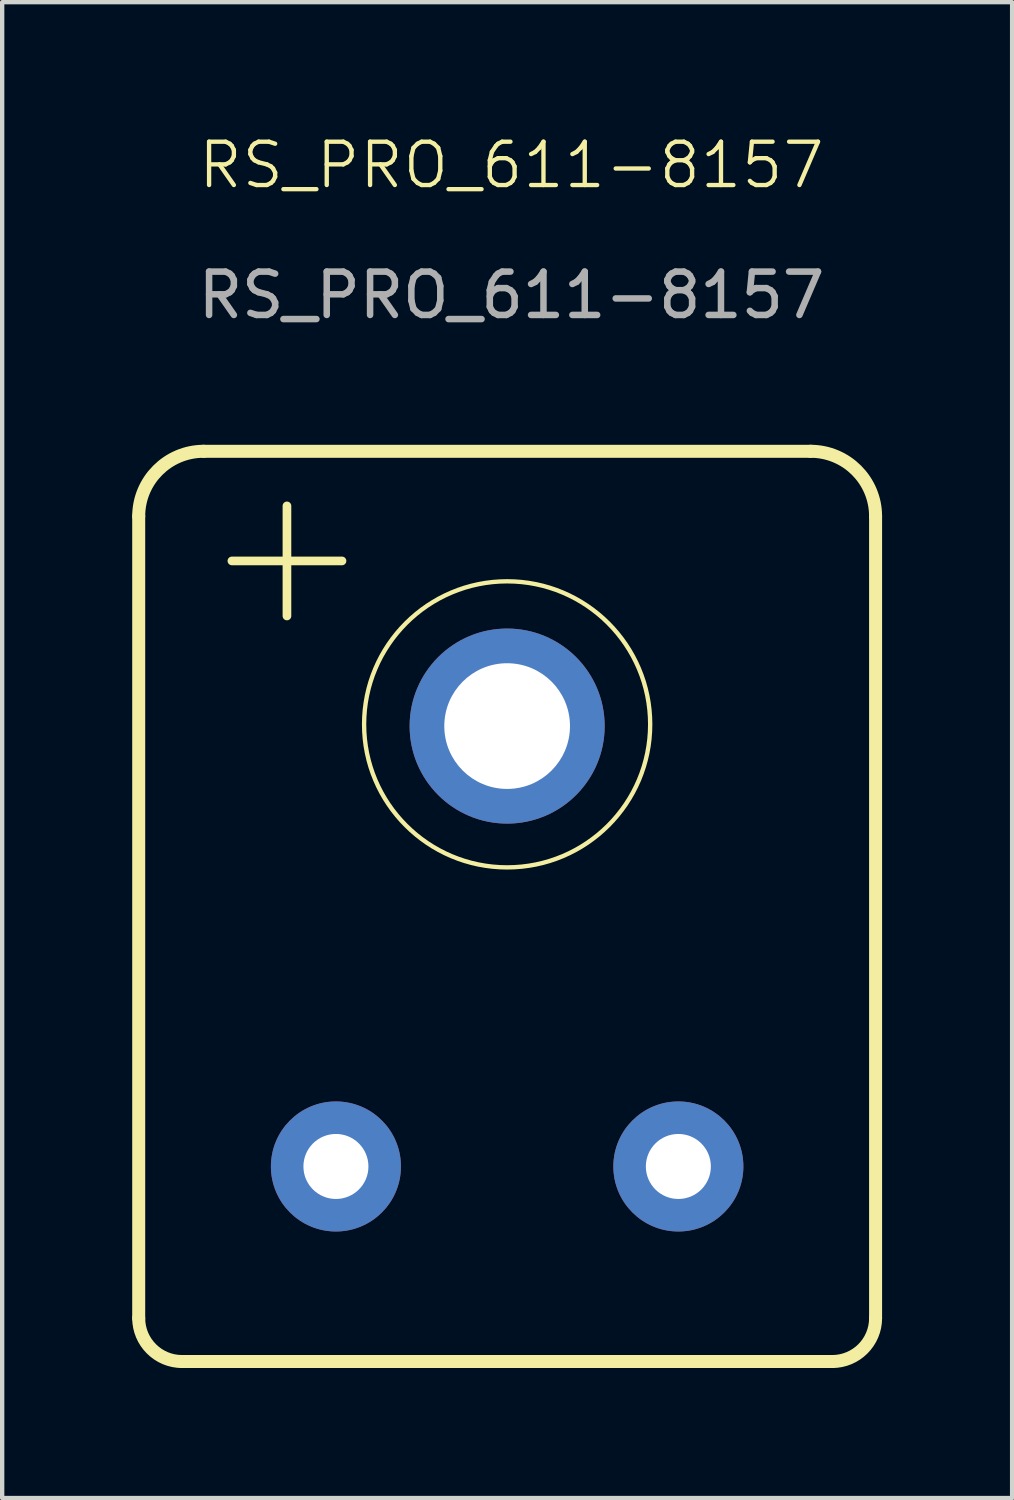
<source format=kicad_pcb>
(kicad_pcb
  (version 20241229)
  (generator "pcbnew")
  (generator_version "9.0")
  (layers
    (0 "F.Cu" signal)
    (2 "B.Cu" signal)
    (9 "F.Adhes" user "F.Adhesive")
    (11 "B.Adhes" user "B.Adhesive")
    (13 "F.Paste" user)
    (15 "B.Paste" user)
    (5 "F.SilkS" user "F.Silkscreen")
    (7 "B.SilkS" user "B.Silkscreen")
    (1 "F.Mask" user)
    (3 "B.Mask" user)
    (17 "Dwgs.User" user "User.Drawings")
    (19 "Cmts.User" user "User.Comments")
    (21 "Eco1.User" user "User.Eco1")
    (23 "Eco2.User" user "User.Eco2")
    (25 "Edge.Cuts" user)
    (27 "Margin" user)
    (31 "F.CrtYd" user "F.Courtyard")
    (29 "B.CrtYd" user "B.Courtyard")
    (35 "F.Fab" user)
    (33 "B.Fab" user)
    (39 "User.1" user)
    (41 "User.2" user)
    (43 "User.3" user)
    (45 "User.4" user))
  (footprint "RS_PRO_611-8157"
    (layer "F.Cu")
    (at 8.65 14.861)
    (property "Reference" "RS_PRO_611-8157" (at 0.1 -14.1 0) (unlocked yes) (layer "F.SilkS") (effects (font (size 1 1) (thickness 0.1))))
    (attr through_hole)
    (fp_line (start -8.5 -6) (end -8.5 12.5) (stroke (width 0.3) (type default)) (layer "F.SilkS"))
    (fp_line (start -7.5 13.5) (end 7.5 13.5) (stroke (width 0.3) (type default)) (layer "F.SilkS"))
    (fp_line (start -6.35 -4.97) (end -3.81 -4.97) (stroke (width 0.2) (type default)) (layer "F.SilkS"))
    (fp_line (start -5.08 -6.24) (end -5.08 -3.7) (stroke (width 0.2) (type default)) (layer "F.SilkS"))
    (fp_line (start 7 -7.5) (end -7 -7.5) (stroke (width 0.3) (type default)) (layer "F.SilkS"))
    (fp_line (start 8.5 12.5) (end 8.5 -6) (stroke (width 0.3) (type default)) (layer "F.SilkS"))
    (fp_arc (start -8.5 -6) (mid -8.06066 -7.06066) (end -7 -7.5) (stroke (width 0.3) (type default)) (layer "F.SilkS"))
    (fp_arc (start -7.5 13.5) (mid -8.207106 13.207107) (end -8.5 12.5) (stroke (width 0.3) (type default)) (layer "F.SilkS"))
    (fp_arc (start 7 -7.5) (mid 8.06066 -7.06066) (end 8.5 -6) (stroke (width 0.3) (type default)) (layer "F.SilkS"))
    (fp_arc (start 8.5 12.5) (mid 8.207107 13.207106) (end 7.5 13.5) (stroke (width 0.3) (type default)) (layer "F.SilkS"))
    (fp_circle (center 0 -1.2) (end 3.3 -1.2) (stroke (width 0.1) (type default)) (fill no) (layer "F.SilkS"))
    (fp_text user "${REFERENCE}" (at 0.1 -11.1 0) (unlocked yes) (layer "F.Fab") (effects (font (size 1 1) (thickness 0.15))))
    (pad "" np_thru_hole circle (at 0 -1.16) (size 4.5 4.5) (drill 2.9) (layers "*.Cu" "*.Mask"))
    (pad "1" thru_hole circle (at 3.95 9) (size 3 3) (drill 1.5) (layers "*.Cu" "*.Mask"))
    (pad "2" thru_hole circle (at -3.95 9) (size 3 3) (drill 1.5) (layers "*.Cu" "*.Mask")))
  (gr_rect
    (start -3 -3)
    (end 20.3 31.511)
    (stroke (width 0.1) (type default))
    (fill no)
    (layer "Edge.Cuts")))
</source>
